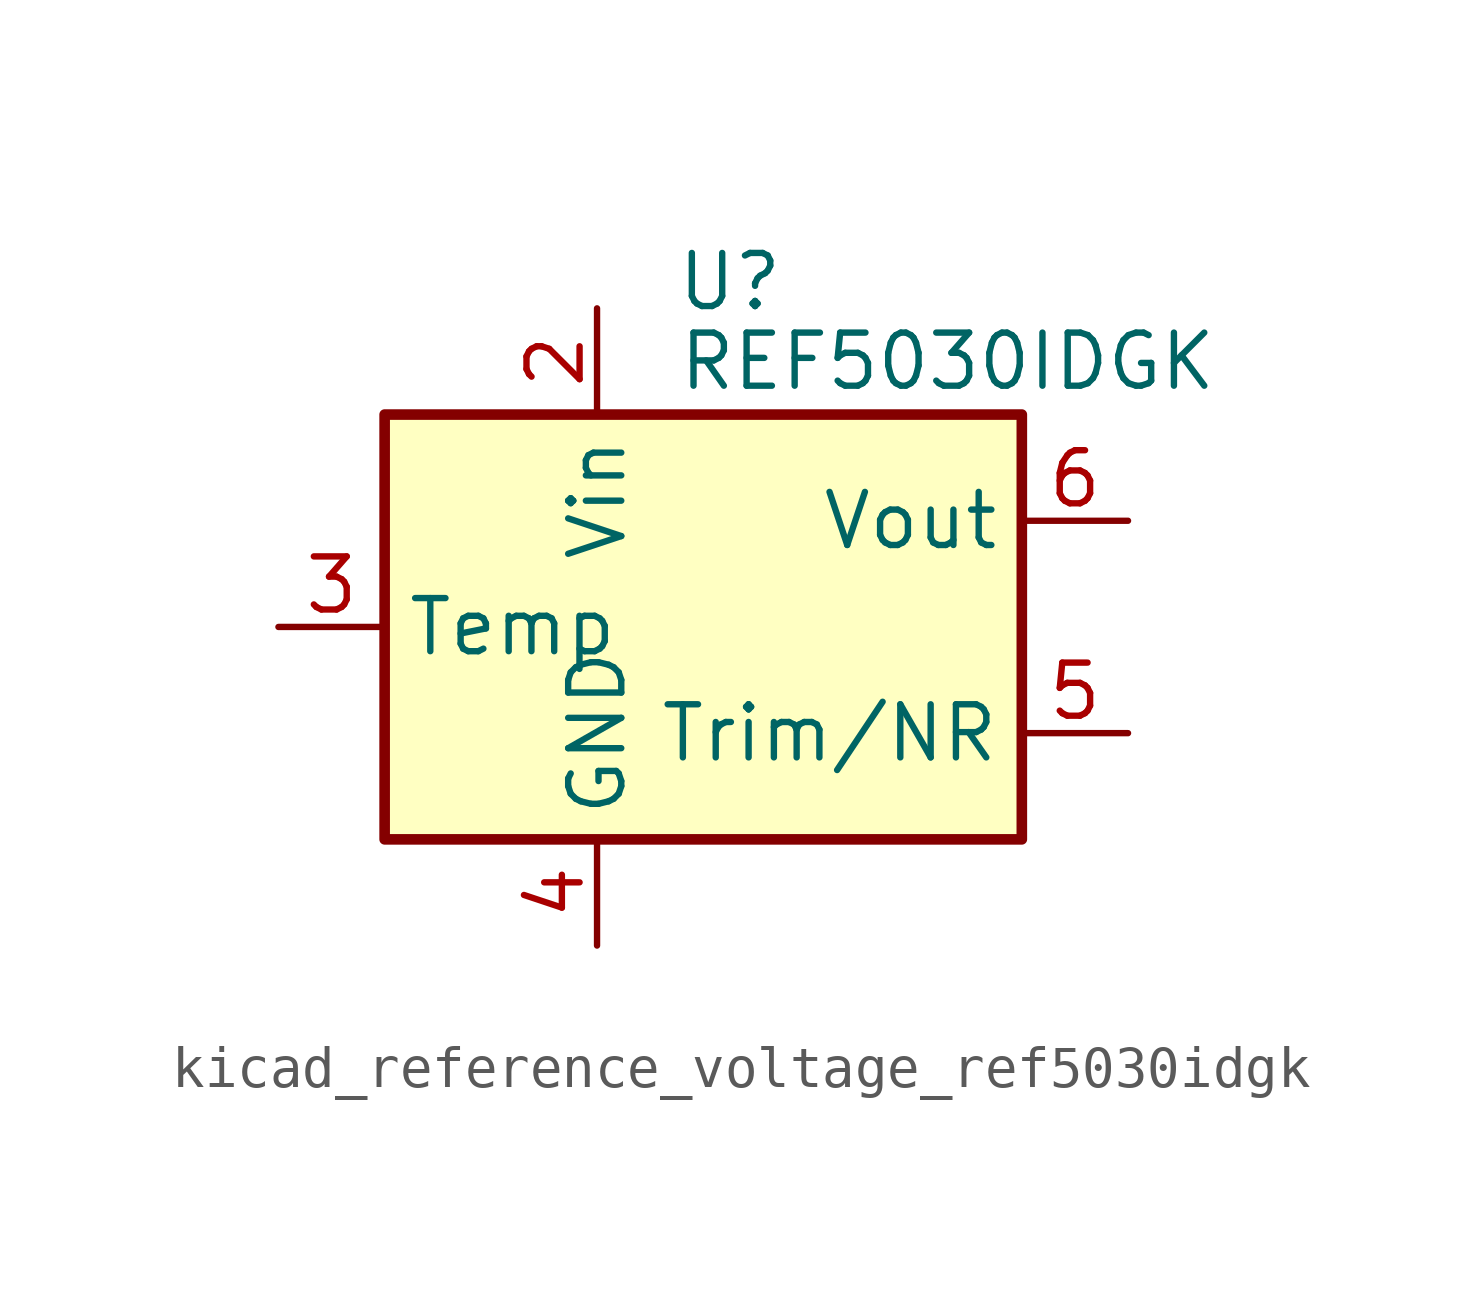
<source format=kicad_sym>
(kicad_symbol_lib
  (version 20220914)
  (generator kicad_symbol_editor)
  (symbol "kicad_reference_voltage_ref5030idgk"
    (property "Reference" "U"
      (at 0.635 8.255 0)
      (effects (font (size 1.27 1.27))))
    (property "Value" "REF5030IDGK"
      (at -0.635 6.35 0)
      (effects (font (size 1.27 1.27)) (justify left)))
    (symbol "kicad_reference_voltage_ref5030idgk_0_1"
      (rectangle (start -7.62 5.08) (end 7.62 -5.08) (stroke (width 0.254) (type default)) (fill (type background))))
    (symbol "kicad_reference_voltage_ref5030idgk_1_1"
      (pin no_connect line (at -7.62 2.54 0) (length 2.54) hide (name "DNC" (effects (font (size 1.27 1.27)))) (number "1" (effects (font (size 1.27 1.27)))))
      (pin power_in line (at -2.54 7.62 270) (length 2.54) (name "Vin" (effects (font (size 1.27 1.27)))) (number "2" (effects (font (size 1.27 1.27)))))
      (pin passive line (at -10.16 0 0) (length 2.54) (name "Temp" (effects (font (size 1.27 1.27)))) (number "3" (effects (font (size 1.27 1.27)))))
      (pin power_in line (at -2.54 -7.62 90) (length 2.54) (name "GND" (effects (font (size 1.27 1.27)))) (number "4" (effects (font (size 1.27 1.27)))))
      (pin passive line (at 10.16 -2.54 180) (length 2.54) (name "Trim/NR" (effects (font (size 1.27 1.27)))) (number "5" (effects (font (size 1.27 1.27)))))
      (pin power_out line (at 10.16 2.54 180) (length 2.54) (name "Vout" (effects (font (size 1.27 1.27)))) (number "6" (effects (font (size 1.27 1.27)))))
      (pin no_connect line (at -5.08 -5.08 90) (length 2.54) hide (name "NC" (effects (font (size 1.27 1.27)))) (number "7" (effects (font (size 1.27 1.27)))))
      (pin no_connect line (at 7.62 0 180) (length 2.54) hide (name "DNC" (effects (font (size 1.27 1.27)))) (number "8" (effects (font (size 1.27 1.27))))))))
</source>
